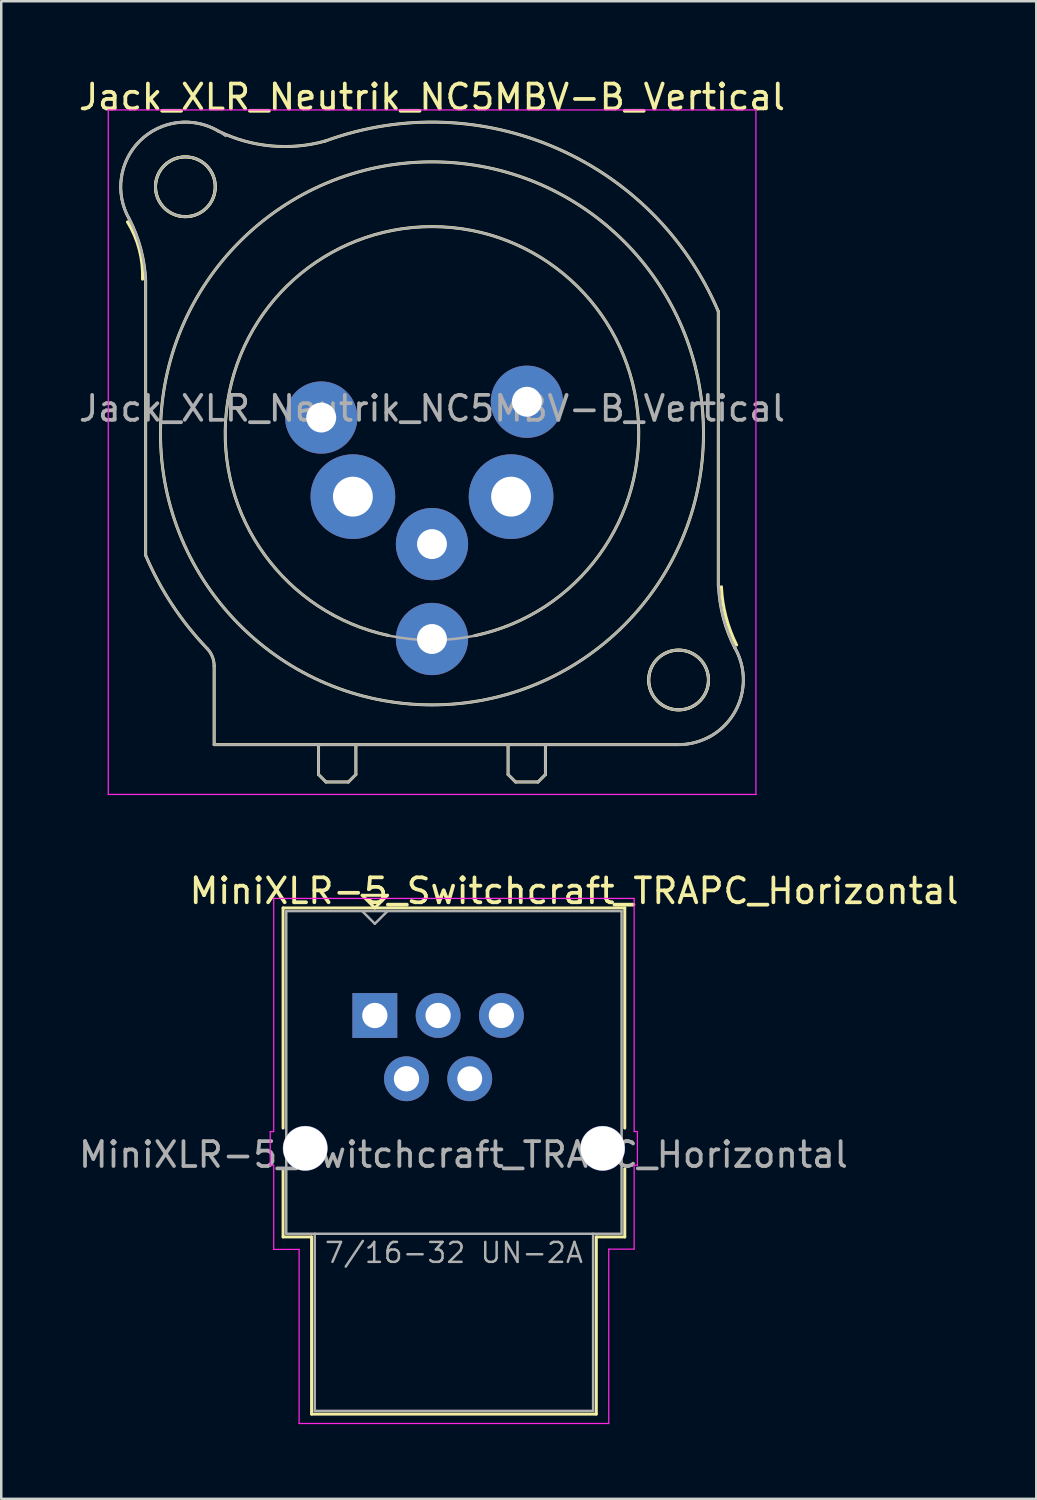
<source format=kicad_pcb>
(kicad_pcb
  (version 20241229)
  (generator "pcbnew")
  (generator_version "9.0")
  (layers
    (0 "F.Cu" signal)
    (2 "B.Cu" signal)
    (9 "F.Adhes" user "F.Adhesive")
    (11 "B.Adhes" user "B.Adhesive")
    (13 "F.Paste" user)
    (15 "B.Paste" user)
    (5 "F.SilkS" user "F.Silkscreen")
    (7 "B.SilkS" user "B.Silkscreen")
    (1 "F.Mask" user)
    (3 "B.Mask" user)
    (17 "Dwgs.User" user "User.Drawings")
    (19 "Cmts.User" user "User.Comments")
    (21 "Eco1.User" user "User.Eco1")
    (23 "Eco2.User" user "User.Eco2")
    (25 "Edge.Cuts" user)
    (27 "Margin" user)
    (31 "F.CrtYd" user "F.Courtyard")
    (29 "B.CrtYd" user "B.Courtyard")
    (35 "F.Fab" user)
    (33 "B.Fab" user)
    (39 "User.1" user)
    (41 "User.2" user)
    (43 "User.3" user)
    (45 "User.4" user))
  (footprint "MiniXLR-5_Switchcraft_TRAPC_Horizontal"
    (layer "F.Cu")
    (at 11.998 37.717)
    (property "Reference" "MiniXLR-5_Switchcraft_TRAPC_Horizontal" (at 8 -5 180) (layer "F.SilkS") (effects (font (size 1 1) (thickness 0.15))))
    (attr through_hole)
    (fp_line (start -3.683 4.52) (end -3.683 -4.318) (stroke (width 0.12) (type solid)) (layer "F.SilkS"))
    (fp_line (start -3.683 8.89) (end -3.683 6.15) (stroke (width 0.12) (type solid)) (layer "F.SilkS"))
    (fp_line (start -2.54 8.89) (end -3.683 8.89) (stroke (width 0.12) (type solid)) (layer "F.SilkS"))
    (fp_line (start -2.54 16.002) (end -2.54 8.89) (stroke (width 0.12) (type solid)) (layer "F.SilkS"))
    (fp_line (start -0.508 -4.826) (end 0.508 -4.826) (stroke (width 0.12) (type solid)) (layer "F.SilkS"))
    (fp_line (start 0 -4.318) (end -0.508 -4.826) (stroke (width 0.12) (type solid)) (layer "F.SilkS"))
    (fp_line (start 0.508 -4.826) (end 0 -4.318) (stroke (width 0.12) (type solid)) (layer "F.SilkS"))
    (fp_line (start 8.89 8.89) (end 8.89 16.002) (stroke (width 0.12) (type solid)) (layer "F.SilkS"))
    (fp_line (start 8.89 16.002) (end -2.54 16.002) (stroke (width 0.12) (type solid)) (layer "F.SilkS"))
    (fp_line (start 10.033 -4.318) (end -3.683 -4.318) (stroke (width 0.12) (type solid)) (layer "F.SilkS"))
    (fp_line (start 10.033 4.52) (end 10.033 -4.318) (stroke (width 0.12) (type solid)) (layer "F.SilkS"))
    (fp_line (start 10.033 8.89) (end 8.89 8.89) (stroke (width 0.12) (type solid)) (layer "F.SilkS"))
    (fp_line (start 10.033 8.89) (end 10.033 6.15) (stroke (width 0.12) (type solid)) (layer "F.SilkS"))
    (fp_line (start -4.2 4.66) (end -4.2 6.01) (stroke (width 0.05) (type solid)) (layer "F.CrtYd"))
    (fp_line (start -4.2 6.01) (end -4.07 6.01) (stroke (width 0.05) (type solid)) (layer "F.CrtYd"))
    (fp_line (start -4.06 -4.7) (end -4.06 4.66) (stroke (width 0.05) (type solid)) (layer "F.CrtYd"))
    (fp_line (start -4.06 -4.7) (end 10.41 -4.7) (stroke (width 0.05) (type solid)) (layer "F.CrtYd"))
    (fp_line (start -4.06 4.66) (end -4.2 4.66) (stroke (width 0.05) (type solid)) (layer "F.CrtYd"))
    (fp_line (start -4.06 6.01) (end -4.06 9.39) (stroke (width 0.05) (type solid)) (layer "F.CrtYd"))
    (fp_line (start -3.04 9.39) (end -4.06 9.39) (stroke (width 0.05) (type solid)) (layer "F.CrtYd"))
    (fp_line (start -3.04 16.38) (end -3.04 9.39) (stroke (width 0.05) (type solid)) (layer "F.CrtYd"))
    (fp_line (start 9.39 16.38) (end -3.04 16.38) (stroke (width 0.05) (type solid)) (layer "F.CrtYd"))
    (fp_line (start 9.39 16.38) (end 9.39 9.38) (stroke (width 0.05) (type solid)) (layer "F.CrtYd"))
    (fp_line (start 10.41 4.66) (end 10.41 -4.7) (stroke (width 0.05) (type solid)) (layer "F.CrtYd"))
    (fp_line (start 10.41 6.01) (end 10.54 6.01) (stroke (width 0.05) (type solid)) (layer "F.CrtYd"))
    (fp_line (start 10.41 9.38) (end 9.39 9.38) (stroke (width 0.05) (type solid)) (layer "F.CrtYd"))
    (fp_line (start 10.41 9.38) (end 10.41 6.01) (stroke (width 0.05) (type solid)) (layer "F.CrtYd"))
    (fp_line (start 10.54 4.659) (end 10.41 4.659) (stroke (width 0.05) (type solid)) (layer "F.CrtYd"))
    (fp_line (start 10.54 6.01) (end 10.54 4.66) (stroke (width 0.05) (type solid)) (layer "F.CrtYd"))
    (fp_line (start -3.556 -4.191) (end 9.906 -4.191) (stroke (width 0.1) (type solid)) (layer "F.Fab"))
    (fp_line (start -3.556 8.763) (end -3.556 -4.191) (stroke (width 0.1) (type solid)) (layer "F.Fab"))
    (fp_line (start -3.556 8.763) (end 9.906 8.763) (stroke (width 0.1) (type solid)) (layer "F.Fab"))
    (fp_line (start -2.413 8.763) (end -2.413 15.875) (stroke (width 0.1) (type solid)) (layer "F.Fab"))
    (fp_line (start -2.413 15.875) (end 8.763 15.875) (stroke (width 0.1) (type solid)) (layer "F.Fab"))
    (fp_line (start -0.508 -4.191) (end 0 -3.683) (stroke (width 0.1) (type solid)) (layer "F.Fab"))
    (fp_line (start 0 -3.683) (end 0.508 -4.191) (stroke (width 0.1) (type solid)) (layer "F.Fab"))
    (fp_line (start 8.763 15.875) (end 8.763 8.763) (stroke (width 0.1) (type solid)) (layer "F.Fab"))
    (fp_line (start 9.906 8.763) (end 9.906 -4.191) (stroke (width 0.1) (type solid)) (layer "F.Fab"))
    (fp_text user "7/16-32 UN-2A" (at 3.175 9.525 180) (layer "F.Fab") (effects (font (size 0.8 0.8) (thickness 0.1))))
    (fp_text user "${REFERENCE}" (at 3.556 5.588 180) (layer "F.Fab") (effects (font (size 1 1) (thickness 0.15))))
    (pad "" np_thru_hole circle (at -2.794 5.334 180) (size 1.8 1.8) (drill 1.778) (layers "*.Cu" "*.Mask"))
    (pad "" np_thru_hole circle (at 9.144 5.334 180) (size 1.8 1.8) (drill 1.778) (layers "*.Cu" "*.Mask"))
    (pad "1" thru_hole rect (at 0 0 180) (size 1.8 1.8) (drill 1.016) (layers "*.Cu" "*.Mask"))
    (pad "2" thru_hole circle (at 1.27 2.54 180) (size 1.8 1.8) (drill 1.016) (layers "*.Cu" "*.Mask"))
    (pad "3" thru_hole circle (at 3.81 2.54 180) (size 1.8 1.8) (drill 1) (layers "*.Cu" "*.Mask"))
    (pad "4" thru_hole circle (at 5.08 0 180) (size 1.8 1.8) (drill 1.016) (layers "*.Cu" "*.Mask"))
    (pad "5" thru_hole circle (at 2.54 0 180) (size 1.8 1.8) (drill 1.016) (layers "*.Cu" "*.Mask")))
  (footprint "Jack_XLR_Neutrik_NC5MBV-B_Vertical"
    (layer "F.Cu")
    (at 9.847 13.713)
    (property "Reference" "Jack_XLR_Neutrik_NC5MBV-B_Vertical" (at 4.445 -12.865 0) (layer "F.SilkS") (effects (font (size 1 1) (thickness 0.15))))
    (attr through_hole)
    (fp_line (start -7.05 -5.5) (end -7.05 5.53) (stroke (width 0.12) (type solid)) (layer "F.SilkS"))
    (fp_line (start -4.3 9.97) (end -4.3 13.13) (stroke (width 0.12) (type solid)) (layer "F.SilkS"))
    (fp_line (start -0.11 13.13) (end -0.11 14.33) (stroke (width 0.12) (type solid)) (layer "F.SilkS"))
    (fp_line (start -0.11 14.33) (end 0.19 14.63) (stroke (width 0.12) (type solid)) (layer "F.SilkS"))
    (fp_line (start 0.19 14.63) (end 1.09 14.63) (stroke (width 0.12) (type solid)) (layer "F.SilkS"))
    (fp_line (start 1.39 13.13) (end 1.39 14.33) (stroke (width 0.12) (type solid)) (layer "F.SilkS"))
    (fp_line (start 1.39 14.33) (end 1.09 14.63) (stroke (width 0.12) (type solid)) (layer "F.SilkS"))
    (fp_line (start 7.5 13.13) (end 7.5 14.33) (stroke (width 0.12) (type solid)) (layer "F.SilkS"))
    (fp_line (start 7.5 14.33) (end 7.8 14.63) (stroke (width 0.12) (type solid)) (layer "F.SilkS"))
    (fp_line (start 8.7 14.63) (end 7.8 14.63) (stroke (width 0.12) (type solid)) (layer "F.SilkS"))
    (fp_line (start 9 13.13) (end 9 14.33) (stroke (width 0.12) (type solid)) (layer "F.SilkS"))
    (fp_line (start 9 14.33) (end 8.7 14.63) (stroke (width 0.12) (type solid)) (layer "F.SilkS"))
    (fp_line (start 14.34 13.13) (end -4.3 13.13) (stroke (width 0.12) (type solid)) (layer "F.SilkS"))
    (fp_line (start 15.94 6.77) (end 15.94 -4.26) (stroke (width 0.12) (type solid)) (layer "F.SilkS"))
    (fp_arc (start -7.779 -7.855) (mid -7.307219 -6.749891) (end -7.174986 -5.55559) (stroke (width 0.12) (type solid)) (layer "F.SilkS"))
    (fp_arc (start -7.706072 -7.969016) (mid -7.245016 -6.769854) (end -7.05 -5.5) (stroke (width 0.12) (type solid)) (layer "F.SilkS"))
    (fp_arc (start -7.701898 -7.960402) (mid -7.280108 -11.106809) (end -4.13 -11.5) (stroke (width 0.12) (type solid)) (layer "F.SilkS"))
    (fp_arc (start -4.57767 9.277192) (mid -5.983521 7.515552) (end -7.05 5.53) (stroke (width 0.12) (type solid)) (layer "F.SilkS"))
    (fp_arc (start -4.577033 9.279118) (mid -4.371839 9.597822) (end -4.3 9.97) (stroke (width 0.12) (type solid)) (layer "F.SilkS"))
    (fp_arc (start 0.155138 -11.099295) (mid -2.024203 -10.906412) (end -4.13 -11.5) (stroke (width 0.12) (type solid)) (layer "F.SilkS"))
    (fp_arc (start 0.15831 -11.100431) (mid 9.413683 -10.828344) (end 15.94 -4.26) (stroke (width 0.12) (type solid)) (layer "F.SilkS"))
    (fp_arc (start 2.7 8.75) (mid 4.457421 -7.665488) (end 6.165706 8.755186) (stroke (width 0.12) (type solid)) (layer "F.SilkS"))
    (fp_arc (start 15.548589 12.832023) (mid 14.96239 13.054406) (end 14.34 13.13) (stroke (width 0.12) (type solid)) (layer "F.SilkS"))
    (fp_arc (start 16.602795 9.242305) (mid 16.840071 11.256668) (end 15.56 12.83) (stroke (width 0.12) (type solid)) (layer "F.SilkS"))
    (fp_arc (start 16.607596 9.253415) (mid 16.144453 8.047281) (end 15.95 6.77) (stroke (width 0.12) (type solid)) (layer "F.SilkS"))
    (fp_arc (start 16.674 9.13) (mid 16.246193 7.993296) (end 16.065117 6.792328) (stroke (width 0.12) (type solid)) (layer "F.SilkS"))
    (fp_circle (center -5.455 -9.265) (end -4.255 -9.265) (stroke (width 0.12) (type solid)) (fill no) (layer "F.SilkS"))
    (fp_circle (center -5.455 -9.265) (end -4.255 -9.265) (stroke (width 0.12) (type solid)) (fill no) (layer "F.SilkS"))
    (fp_circle (center 4.445 0.635) (end 15.345 0.635) (stroke (width 0.12) (type solid)) (fill no) (layer "F.SilkS"))
    (fp_circle (center 14.345 10.535) (end 15.545 10.535) (stroke (width 0.12) (type solid)) (fill no) (layer "F.SilkS"))
    (fp_circle (center 14.345 10.535) (end 15.545 10.535) (stroke (width 0.12) (type solid)) (fill no) (layer "F.SilkS"))
    (fp_line (start -8.55 -12.35) (end 17.45 -12.35) (stroke (width 0.05) (type solid)) (layer "F.CrtYd"))
    (fp_line (start -8.55 15.13) (end -8.55 -12.35) (stroke (width 0.05) (type solid)) (layer "F.CrtYd"))
    (fp_line (start 17.45 -12.35) (end 17.45 15.13) (stroke (width 0.05) (type solid)) (layer "F.CrtYd"))
    (fp_line (start 17.45 15.13) (end -8.55 15.13) (stroke (width 0.05) (type solid)) (layer "F.CrtYd"))
    (fp_line (start -7.05 -5.5) (end -7.05 5.53) (stroke (width 0.1) (type solid)) (layer "F.Fab"))
    (fp_line (start -4.3 9.97) (end -4.3 13.13) (stroke (width 0.1) (type solid)) (layer "F.Fab"))
    (fp_line (start -0.11 13.13) (end -0.11 14.33) (stroke (width 0.1) (type solid)) (layer "F.Fab"))
    (fp_line (start -0.11 14.33) (end 0.19 14.63) (stroke (width 0.1) (type solid)) (layer "F.Fab"))
    (fp_line (start 0.19 14.63) (end 1.09 14.63) (stroke (width 0.1) (type solid)) (layer "F.Fab"))
    (fp_line (start 1.39 13.13) (end 1.39 14.33) (stroke (width 0.1) (type solid)) (layer "F.Fab"))
    (fp_line (start 1.39 14.33) (end 1.09 14.63) (stroke (width 0.1) (type solid)) (layer "F.Fab"))
    (fp_line (start 7.5 13.13) (end 7.5 14.33) (stroke (width 0.1) (type solid)) (layer "F.Fab"))
    (fp_line (start 7.5 14.33) (end 7.8 14.63) (stroke (width 0.1) (type solid)) (layer "F.Fab"))
    (fp_line (start 8.7 14.63) (end 7.8 14.63) (stroke (width 0.1) (type solid)) (layer "F.Fab"))
    (fp_line (start 9 13.13) (end 9 14.33) (stroke (width 0.1) (type solid)) (layer "F.Fab"))
    (fp_line (start 9 14.33) (end 8.7 14.63) (stroke (width 0.1) (type solid)) (layer "F.Fab"))
    (fp_line (start 14.34 13.13) (end -4.3 13.13) (stroke (width 0.1) (type solid)) (layer "F.Fab"))
    (fp_line (start 15.94 6.77) (end 15.94 -4.26) (stroke (width 0.1) (type solid)) (layer "F.Fab"))
    (fp_arc (start -7.706072 -7.969016) (mid -7.245016 -6.769854) (end -7.05 -5.5) (stroke (width 0.1) (type solid)) (layer "F.Fab"))
    (fp_arc (start -7.701898 -7.960402) (mid -7.280108 -11.106809) (end -4.13 -11.5) (stroke (width 0.1) (type solid)) (layer "F.Fab"))
    (fp_arc (start -7.685 -7.935) (mid -7.168921 -11.223868) (end -3.840849 -11.307067) (stroke (width 0.1) (type solid)) (layer "F.Fab"))
    (fp_arc (start -4.57767 9.277192) (mid -5.983521 7.515552) (end -7.05 5.53) (stroke (width 0.1) (type solid)) (layer "F.Fab"))
    (fp_arc (start -4.577033 9.279118) (mid -4.371839 9.597822) (end -4.3 9.97) (stroke (width 0.1) (type solid)) (layer "F.Fab"))
    (fp_arc (start 0.155138 -11.099295) (mid -2.024203 -10.906412) (end -4.13 -11.5) (stroke (width 0.1) (type solid)) (layer "F.Fab"))
    (fp_arc (start 0.15831 -11.100431) (mid 9.413683 -10.828344) (end 15.94 -4.26) (stroke (width 0.1) (type solid)) (layer "F.Fab"))
    (fp_arc (start 15.548589 12.832023) (mid 14.96239 13.054406) (end 14.34 13.13) (stroke (width 0.1) (type solid)) (layer "F.Fab"))
    (fp_arc (start 16.555 9.151) (mid 16.62253 11.794357) (end 14.343337 13.134945) (stroke (width 0.1) (type solid)) (layer "F.Fab"))
    (fp_arc (start 16.602795 9.242305) (mid 16.840071 11.256668) (end 15.56 12.83) (stroke (width 0.1) (type solid)) (layer "F.Fab"))
    (fp_arc (start 16.607596 9.253415) (mid 16.144453 8.047281) (end 15.95 6.77) (stroke (width 0.1) (type solid)) (layer "F.Fab"))
    (fp_circle (center -5.455 -9.265) (end -4.255 -9.265) (stroke (width 0.1) (type solid)) (fill no) (layer "F.Fab"))
    (fp_circle (center 4.445 0.635) (end 12.745 0.635) (stroke (width 0.1) (type solid)) (fill no) (layer "F.Fab"))
    (fp_circle (center 4.445 0.635) (end 15.345 0.635) (stroke (width 0.1) (type solid)) (fill no) (layer "F.Fab"))
    (fp_circle (center 14.345 10.535) (end 15.545 10.535) (stroke (width 0.1) (type solid)) (fill no) (layer "F.Fab"))
    (fp_text user "${REFERENCE}" (at 4.445 -0.365 0) (layer "F.Fab") (effects (font (size 1 1) (thickness 0.15))))
    (pad "1" thru_hole circle (at 0 0) (size 2.9 2.9) (drill 1.2) (layers "*.Cu" "*.Mask"))
    (pad "2" thru_hole circle (at 1.27 3.175) (size 3.4 3.4) (drill 1.6) (layers "*.Cu" "*.Mask"))
    (pad "3" thru_hole circle (at 4.445 5.08) (size 2.9 2.9) (drill 1.2) (layers "*.Cu" "*.Mask"))
    (pad "4" thru_hole circle (at 7.62 3.175) (size 3.4 3.4) (drill 1.6) (layers "*.Cu" "*.Mask"))
    (pad "5" thru_hole circle (at 8.255 -0.635) (size 2.9 2.9) (drill 1.2) (layers "*.Cu" "*.Mask"))
    (pad "G" thru_hole circle (at 4.445 8.89) (size 2.9 2.9) (drill 1.2) (layers "*.Cu" "*.Mask")))
  (gr_rect
    (start -3 -3)
    (end 38.551 57.121)
    (stroke (width 0.1) (type default))
    (fill no)
    (layer "Edge.Cuts")))
</source>
